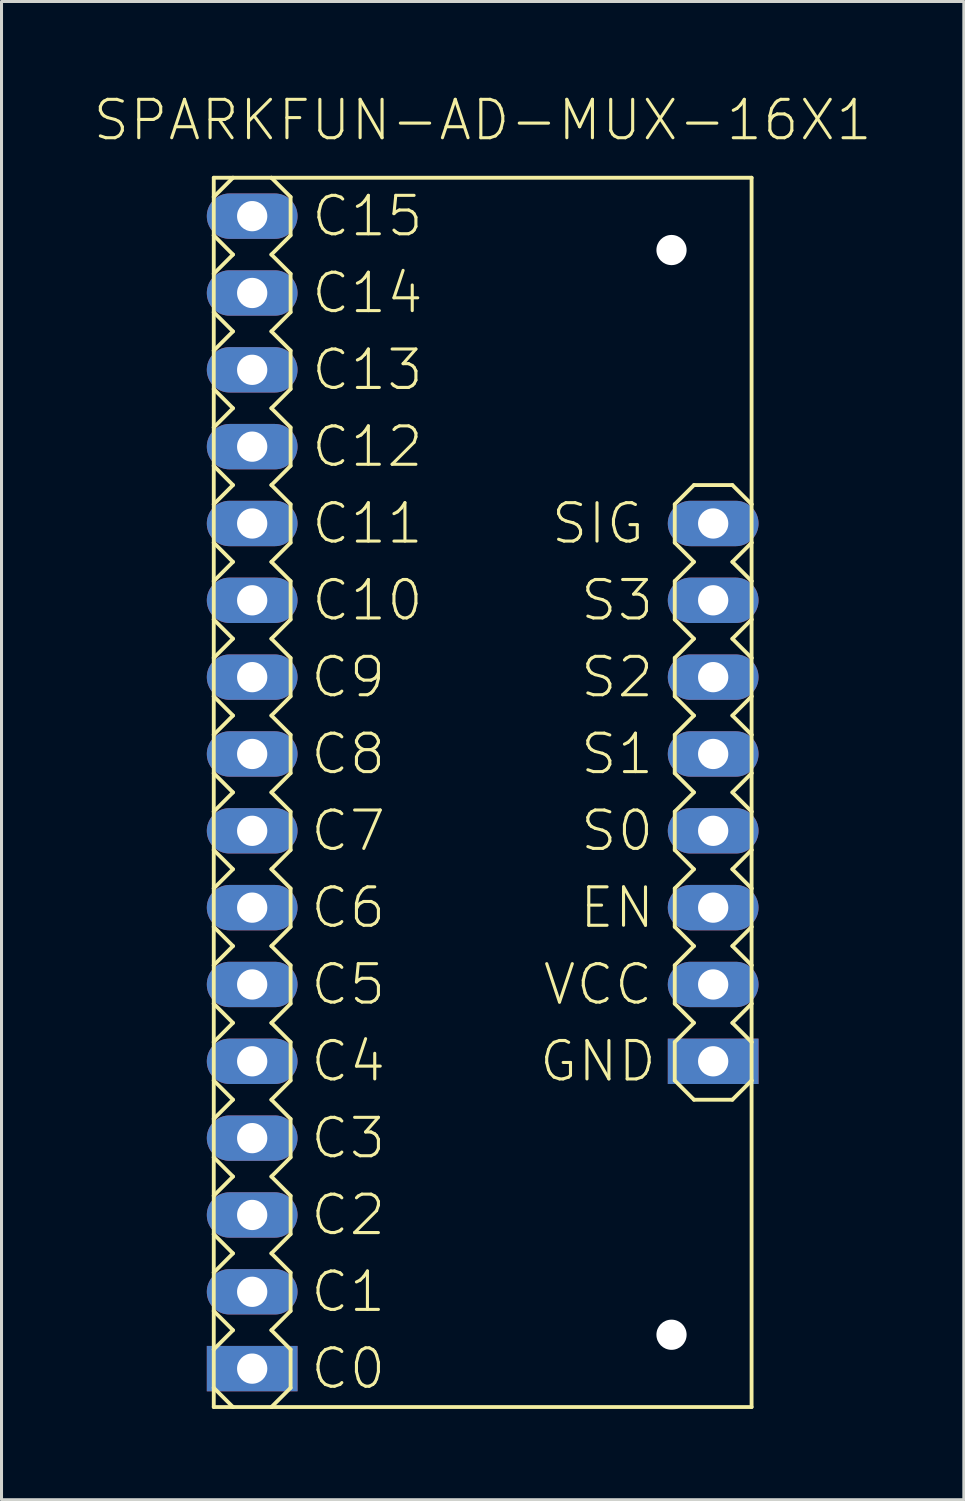
<source format=kicad_pcb>
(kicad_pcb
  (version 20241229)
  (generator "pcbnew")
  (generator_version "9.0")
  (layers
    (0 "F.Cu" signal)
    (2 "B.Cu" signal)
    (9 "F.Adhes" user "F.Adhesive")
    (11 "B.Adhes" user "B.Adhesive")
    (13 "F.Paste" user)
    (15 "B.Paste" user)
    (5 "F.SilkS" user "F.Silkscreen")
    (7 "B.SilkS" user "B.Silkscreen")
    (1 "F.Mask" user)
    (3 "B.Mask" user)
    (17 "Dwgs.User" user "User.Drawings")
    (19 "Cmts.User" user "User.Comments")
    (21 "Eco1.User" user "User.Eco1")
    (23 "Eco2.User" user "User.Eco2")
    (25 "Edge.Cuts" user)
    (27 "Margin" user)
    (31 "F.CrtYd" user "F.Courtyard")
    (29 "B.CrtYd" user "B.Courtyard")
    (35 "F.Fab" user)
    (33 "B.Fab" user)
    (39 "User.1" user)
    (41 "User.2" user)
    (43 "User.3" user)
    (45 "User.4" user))
  (footprint "SPARKFUN-AD-MUX-16X1"
    (layer "F.Cu")
    (at 12.907 23.146)
    (property "Reference" "SPARKFUN-AD-MUX-16X1" (at 0 -22.225 0) (layer "F.SilkS") (effects (font (size 1.27 1.27) (thickness 0.102))))
    (attr exclude_from_pos_files exclude_from_bom)
    (fp_line (start -8.89 -20.32) (end -8.89 -19.685) (stroke (width 0.127) (type solid)) (layer "F.SilkS"))
    (fp_line (start -8.89 -20.32) (end -8.255 -20.32) (stroke (width 0.127) (type solid)) (layer "F.SilkS"))
    (fp_line (start -8.89 -19.685) (end -8.89 -18.415) (stroke (width 0.127) (type solid)) (layer "F.SilkS"))
    (fp_line (start -8.89 -18.415) (end -8.89 -17.145) (stroke (width 0.127) (type solid)) (layer "F.SilkS"))
    (fp_line (start -8.89 -18.415) (end -8.255 -17.78) (stroke (width 0.127) (type solid)) (layer "F.SilkS"))
    (fp_line (start -8.89 -17.145) (end -8.89 -15.875) (stroke (width 0.127) (type solid)) (layer "F.SilkS"))
    (fp_line (start -8.89 -15.875) (end -8.89 -14.605) (stroke (width 0.127) (type solid)) (layer "F.SilkS"))
    (fp_line (start -8.89 -15.875) (end -8.255 -15.24) (stroke (width 0.127) (type solid)) (layer "F.SilkS"))
    (fp_line (start -8.89 -14.605) (end -8.89 -13.335) (stroke (width 0.127) (type solid)) (layer "F.SilkS"))
    (fp_line (start -8.89 -13.335) (end -8.89 -12.065) (stroke (width 0.127) (type solid)) (layer "F.SilkS"))
    (fp_line (start -8.89 -13.335) (end -8.255 -12.7) (stroke (width 0.127) (type solid)) (layer "F.SilkS"))
    (fp_line (start -8.89 -12.065) (end -8.89 -10.795) (stroke (width 0.127) (type solid)) (layer "F.SilkS"))
    (fp_line (start -8.89 -10.795) (end -8.89 -9.525) (stroke (width 0.127) (type solid)) (layer "F.SilkS"))
    (fp_line (start -8.89 -10.795) (end -8.255 -10.16) (stroke (width 0.127) (type solid)) (layer "F.SilkS"))
    (fp_line (start -8.89 -9.525) (end -8.89 -8.255) (stroke (width 0.127) (type solid)) (layer "F.SilkS"))
    (fp_line (start -8.89 -8.255) (end -8.89 -6.985) (stroke (width 0.127) (type solid)) (layer "F.SilkS"))
    (fp_line (start -8.89 -8.255) (end -8.255 -7.62) (stroke (width 0.127) (type solid)) (layer "F.SilkS"))
    (fp_line (start -8.89 -6.985) (end -8.89 -5.715) (stroke (width 0.127) (type solid)) (layer "F.SilkS"))
    (fp_line (start -8.89 -5.715) (end -8.89 -4.445) (stroke (width 0.127) (type solid)) (layer "F.SilkS"))
    (fp_line (start -8.89 -5.715) (end -8.255 -5.08) (stroke (width 0.127) (type solid)) (layer "F.SilkS"))
    (fp_line (start -8.89 -4.445) (end -8.89 -3.175) (stroke (width 0.127) (type solid)) (layer "F.SilkS"))
    (fp_line (start -8.89 -3.175) (end -8.89 -1.905) (stroke (width 0.127) (type solid)) (layer "F.SilkS"))
    (fp_line (start -8.89 -3.175) (end -8.255 -2.54) (stroke (width 0.127) (type solid)) (layer "F.SilkS"))
    (fp_line (start -8.89 -1.905) (end -8.89 -0.635) (stroke (width 0.127) (type solid)) (layer "F.SilkS"))
    (fp_line (start -8.89 -0.635) (end -8.89 0.635) (stroke (width 0.127) (type solid)) (layer "F.SilkS"))
    (fp_line (start -8.89 -0.635) (end -8.255 0) (stroke (width 0.127) (type solid)) (layer "F.SilkS"))
    (fp_line (start -8.89 0.635) (end -8.89 1.905) (stroke (width 0.127) (type solid)) (layer "F.SilkS"))
    (fp_line (start -8.89 1.905) (end -8.89 3.175) (stroke (width 0.127) (type solid)) (layer "F.SilkS"))
    (fp_line (start -8.89 1.905) (end -8.255 2.54) (stroke (width 0.127) (type solid)) (layer "F.SilkS"))
    (fp_line (start -8.89 3.175) (end -8.89 4.445) (stroke (width 0.127) (type solid)) (layer "F.SilkS"))
    (fp_line (start -8.89 4.445) (end -8.89 5.715) (stroke (width 0.127) (type solid)) (layer "F.SilkS"))
    (fp_line (start -8.89 4.445) (end -8.255 5.08) (stroke (width 0.127) (type solid)) (layer "F.SilkS"))
    (fp_line (start -8.89 5.715) (end -8.89 6.985) (stroke (width 0.127) (type solid)) (layer "F.SilkS"))
    (fp_line (start -8.89 6.985) (end -8.89 8.255) (stroke (width 0.127) (type solid)) (layer "F.SilkS"))
    (fp_line (start -8.89 6.985) (end -8.255 7.62) (stroke (width 0.127) (type solid)) (layer "F.SilkS"))
    (fp_line (start -8.89 8.255) (end -8.89 9.525) (stroke (width 0.127) (type solid)) (layer "F.SilkS"))
    (fp_line (start -8.89 9.525) (end -8.89 10.795) (stroke (width 0.127) (type solid)) (layer "F.SilkS"))
    (fp_line (start -8.89 9.525) (end -8.255 10.16) (stroke (width 0.127) (type solid)) (layer "F.SilkS"))
    (fp_line (start -8.89 10.795) (end -8.89 12.065) (stroke (width 0.127) (type solid)) (layer "F.SilkS"))
    (fp_line (start -8.89 12.065) (end -8.89 13.335) (stroke (width 0.127) (type solid)) (layer "F.SilkS"))
    (fp_line (start -8.89 12.065) (end -8.255 12.7) (stroke (width 0.127) (type solid)) (layer "F.SilkS"))
    (fp_line (start -8.89 13.335) (end -8.89 14.605) (stroke (width 0.127) (type solid)) (layer "F.SilkS"))
    (fp_line (start -8.89 14.605) (end -8.89 15.875) (stroke (width 0.127) (type solid)) (layer "F.SilkS"))
    (fp_line (start -8.89 14.605) (end -8.255 15.24) (stroke (width 0.127) (type solid)) (layer "F.SilkS"))
    (fp_line (start -8.89 15.875) (end -8.89 17.145) (stroke (width 0.127) (type solid)) (layer "F.SilkS"))
    (fp_line (start -8.89 17.145) (end -8.89 18.415) (stroke (width 0.127) (type solid)) (layer "F.SilkS"))
    (fp_line (start -8.89 17.145) (end -8.255 17.78) (stroke (width 0.127) (type solid)) (layer "F.SilkS"))
    (fp_line (start -8.89 18.415) (end -8.89 19.685) (stroke (width 0.127) (type solid)) (layer "F.SilkS"))
    (fp_line (start -8.89 19.685) (end -8.89 20.32) (stroke (width 0.127) (type solid)) (layer "F.SilkS"))
    (fp_line (start -8.89 19.685) (end -8.255 20.32) (stroke (width 0.127) (type solid)) (layer "F.SilkS"))
    (fp_line (start -8.89 20.32) (end -8.255 20.32) (stroke (width 0.127) (type solid)) (layer "F.SilkS"))
    (fp_line (start -8.255 -20.32) (end -8.89 -19.685) (stroke (width 0.127) (type solid)) (layer "F.SilkS"))
    (fp_line (start -8.255 -20.32) (end -6.985 -20.32) (stroke (width 0.127) (type solid)) (layer "F.SilkS"))
    (fp_line (start -8.255 -17.78) (end -8.89 -17.145) (stroke (width 0.127) (type solid)) (layer "F.SilkS"))
    (fp_line (start -8.255 -15.24) (end -8.89 -14.605) (stroke (width 0.127) (type solid)) (layer "F.SilkS"))
    (fp_line (start -8.255 -12.7) (end -8.89 -12.065) (stroke (width 0.127) (type solid)) (layer "F.SilkS"))
    (fp_line (start -8.255 -10.16) (end -8.89 -9.525) (stroke (width 0.127) (type solid)) (layer "F.SilkS"))
    (fp_line (start -8.255 -7.62) (end -8.89 -6.985) (stroke (width 0.127) (type solid)) (layer "F.SilkS"))
    (fp_line (start -8.255 -5.08) (end -8.89 -4.445) (stroke (width 0.127) (type solid)) (layer "F.SilkS"))
    (fp_line (start -8.255 -2.54) (end -8.89 -1.905) (stroke (width 0.127) (type solid)) (layer "F.SilkS"))
    (fp_line (start -8.255 0) (end -8.89 0.635) (stroke (width 0.127) (type solid)) (layer "F.SilkS"))
    (fp_line (start -8.255 2.54) (end -8.89 3.175) (stroke (width 0.127) (type solid)) (layer "F.SilkS"))
    (fp_line (start -8.255 5.08) (end -8.89 5.715) (stroke (width 0.127) (type solid)) (layer "F.SilkS"))
    (fp_line (start -8.255 7.62) (end -8.89 8.255) (stroke (width 0.127) (type solid)) (layer "F.SilkS"))
    (fp_line (start -8.255 10.16) (end -8.89 10.795) (stroke (width 0.127) (type solid)) (layer "F.SilkS"))
    (fp_line (start -8.255 12.7) (end -8.89 13.335) (stroke (width 0.127) (type solid)) (layer "F.SilkS"))
    (fp_line (start -8.255 15.24) (end -8.89 15.875) (stroke (width 0.127) (type solid)) (layer "F.SilkS"))
    (fp_line (start -8.255 17.78) (end -8.89 18.415) (stroke (width 0.127) (type solid)) (layer "F.SilkS"))
    (fp_line (start -8.255 20.32) (end -6.985 20.32) (stroke (width 0.127) (type solid)) (layer "F.SilkS"))
    (fp_line (start -6.985 -20.32) (end -6.35 -19.685) (stroke (width 0.127) (type solid)) (layer "F.SilkS"))
    (fp_line (start -6.985 -20.32) (end 8.89 -20.32) (stroke (width 0.127) (type solid)) (layer "F.SilkS"))
    (fp_line (start -6.985 -17.78) (end -6.35 -17.145) (stroke (width 0.127) (type solid)) (layer "F.SilkS"))
    (fp_line (start -6.985 -15.24) (end -6.35 -14.605) (stroke (width 0.127) (type solid)) (layer "F.SilkS"))
    (fp_line (start -6.985 -12.7) (end -6.35 -12.065) (stroke (width 0.127) (type solid)) (layer "F.SilkS"))
    (fp_line (start -6.985 -10.16) (end -6.35 -9.525) (stroke (width 0.127) (type solid)) (layer "F.SilkS"))
    (fp_line (start -6.985 -7.62) (end -6.35 -6.985) (stroke (width 0.127) (type solid)) (layer "F.SilkS"))
    (fp_line (start -6.985 -5.08) (end -6.35 -4.445) (stroke (width 0.127) (type solid)) (layer "F.SilkS"))
    (fp_line (start -6.985 -2.54) (end -6.35 -1.905) (stroke (width 0.127) (type solid)) (layer "F.SilkS"))
    (fp_line (start -6.985 0) (end -6.35 0.635) (stroke (width 0.127) (type solid)) (layer "F.SilkS"))
    (fp_line (start -6.985 2.54) (end -6.35 3.175) (stroke (width 0.127) (type solid)) (layer "F.SilkS"))
    (fp_line (start -6.985 5.08) (end -6.35 5.715) (stroke (width 0.127) (type solid)) (layer "F.SilkS"))
    (fp_line (start -6.985 7.62) (end -6.35 8.255) (stroke (width 0.127) (type solid)) (layer "F.SilkS"))
    (fp_line (start -6.985 10.16) (end -6.35 10.795) (stroke (width 0.127) (type solid)) (layer "F.SilkS"))
    (fp_line (start -6.985 12.7) (end -6.35 13.335) (stroke (width 0.127) (type solid)) (layer "F.SilkS"))
    (fp_line (start -6.985 15.24) (end -6.35 15.875) (stroke (width 0.127) (type solid)) (layer "F.SilkS"))
    (fp_line (start -6.985 17.78) (end -6.35 18.415) (stroke (width 0.127) (type solid)) (layer "F.SilkS"))
    (fp_line (start -6.985 20.32) (end 8.89 20.32) (stroke (width 0.127) (type solid)) (layer "F.SilkS"))
    (fp_line (start -6.35 -19.685) (end -6.35 -18.415) (stroke (width 0.127) (type solid)) (layer "F.SilkS"))
    (fp_line (start -6.35 -18.415) (end -6.985 -17.78) (stroke (width 0.127) (type solid)) (layer "F.SilkS"))
    (fp_line (start -6.35 -17.145) (end -6.35 -15.875) (stroke (width 0.127) (type solid)) (layer "F.SilkS"))
    (fp_line (start -6.35 -15.875) (end -6.985 -15.24) (stroke (width 0.127) (type solid)) (layer "F.SilkS"))
    (fp_line (start -6.35 -14.605) (end -6.35 -13.335) (stroke (width 0.127) (type solid)) (layer "F.SilkS"))
    (fp_line (start -6.35 -13.335) (end -6.985 -12.7) (stroke (width 0.127) (type solid)) (layer "F.SilkS"))
    (fp_line (start -6.35 -12.065) (end -6.35 -10.795) (stroke (width 0.127) (type solid)) (layer "F.SilkS"))
    (fp_line (start -6.35 -10.795) (end -6.985 -10.16) (stroke (width 0.127) (type solid)) (layer "F.SilkS"))
    (fp_line (start -6.35 -9.525) (end -6.35 -8.255) (stroke (width 0.127) (type solid)) (layer "F.SilkS"))
    (fp_line (start -6.35 -8.255) (end -6.985 -7.62) (stroke (width 0.127) (type solid)) (layer "F.SilkS"))
    (fp_line (start -6.35 -6.985) (end -6.35 -5.715) (stroke (width 0.127) (type solid)) (layer "F.SilkS"))
    (fp_line (start -6.35 -5.715) (end -6.985 -5.08) (stroke (width 0.127) (type solid)) (layer "F.SilkS"))
    (fp_line (start -6.35 -4.445) (end -6.35 -3.175) (stroke (width 0.127) (type solid)) (layer "F.SilkS"))
    (fp_line (start -6.35 -3.175) (end -6.985 -2.54) (stroke (width 0.127) (type solid)) (layer "F.SilkS"))
    (fp_line (start -6.35 -1.905) (end -6.35 -0.635) (stroke (width 0.127) (type solid)) (layer "F.SilkS"))
    (fp_line (start -6.35 -0.635) (end -6.985 0) (stroke (width 0.127) (type solid)) (layer "F.SilkS"))
    (fp_line (start -6.35 0.635) (end -6.35 1.905) (stroke (width 0.127) (type solid)) (layer "F.SilkS"))
    (fp_line (start -6.35 1.905) (end -6.985 2.54) (stroke (width 0.127) (type solid)) (layer "F.SilkS"))
    (fp_line (start -6.35 3.175) (end -6.35 4.445) (stroke (width 0.127) (type solid)) (layer "F.SilkS"))
    (fp_line (start -6.35 4.445) (end -6.985 5.08) (stroke (width 0.127) (type solid)) (layer "F.SilkS"))
    (fp_line (start -6.35 5.715) (end -6.35 6.985) (stroke (width 0.127) (type solid)) (layer "F.SilkS"))
    (fp_line (start -6.35 6.985) (end -6.985 7.62) (stroke (width 0.127) (type solid)) (layer "F.SilkS"))
    (fp_line (start -6.35 8.255) (end -6.35 9.525) (stroke (width 0.127) (type solid)) (layer "F.SilkS"))
    (fp_line (start -6.35 9.525) (end -6.985 10.16) (stroke (width 0.127) (type solid)) (layer "F.SilkS"))
    (fp_line (start -6.35 10.795) (end -6.35 12.065) (stroke (width 0.127) (type solid)) (layer "F.SilkS"))
    (fp_line (start -6.35 12.065) (end -6.985 12.7) (stroke (width 0.127) (type solid)) (layer "F.SilkS"))
    (fp_line (start -6.35 13.335) (end -6.35 14.605) (stroke (width 0.127) (type solid)) (layer "F.SilkS"))
    (fp_line (start -6.35 14.605) (end -6.985 15.24) (stroke (width 0.127) (type solid)) (layer "F.SilkS"))
    (fp_line (start -6.35 15.875) (end -6.35 17.145) (stroke (width 0.127) (type solid)) (layer "F.SilkS"))
    (fp_line (start -6.35 17.145) (end -6.985 17.78) (stroke (width 0.127) (type solid)) (layer "F.SilkS"))
    (fp_line (start -6.35 18.415) (end -6.35 19.685) (stroke (width 0.127) (type solid)) (layer "F.SilkS"))
    (fp_line (start -6.35 19.685) (end -6.985 20.32) (stroke (width 0.127) (type solid)) (layer "F.SilkS"))
    (fp_line (start 6.35 -9.525) (end 6.985 -10.16) (stroke (width 0.127) (type solid)) (layer "F.SilkS"))
    (fp_line (start 6.35 -8.255) (end 6.35 -9.525) (stroke (width 0.127) (type solid)) (layer "F.SilkS"))
    (fp_line (start 6.35 -6.985) (end 6.985 -7.62) (stroke (width 0.127) (type solid)) (layer "F.SilkS"))
    (fp_line (start 6.35 -5.715) (end 6.35 -6.985) (stroke (width 0.127) (type solid)) (layer "F.SilkS"))
    (fp_line (start 6.35 -4.445) (end 6.985 -5.08) (stroke (width 0.127) (type solid)) (layer "F.SilkS"))
    (fp_line (start 6.35 -3.175) (end 6.35 -4.445) (stroke (width 0.127) (type solid)) (layer "F.SilkS"))
    (fp_line (start 6.35 -1.905) (end 6.985 -2.54) (stroke (width 0.127) (type solid)) (layer "F.SilkS"))
    (fp_line (start 6.35 -0.635) (end 6.35 -1.905) (stroke (width 0.127) (type solid)) (layer "F.SilkS"))
    (fp_line (start 6.35 0.635) (end 6.985 0) (stroke (width 0.127) (type solid)) (layer "F.SilkS"))
    (fp_line (start 6.35 1.905) (end 6.35 0.635) (stroke (width 0.127) (type solid)) (layer "F.SilkS"))
    (fp_line (start 6.35 3.175) (end 6.985 2.54) (stroke (width 0.127) (type solid)) (layer "F.SilkS"))
    (fp_line (start 6.35 4.445) (end 6.35 3.175) (stroke (width 0.127) (type solid)) (layer "F.SilkS"))
    (fp_line (start 6.35 5.715) (end 6.985 5.08) (stroke (width 0.127) (type solid)) (layer "F.SilkS"))
    (fp_line (start 6.35 6.985) (end 6.35 5.715) (stroke (width 0.127) (type solid)) (layer "F.SilkS"))
    (fp_line (start 6.35 8.255) (end 6.985 7.62) (stroke (width 0.127) (type solid)) (layer "F.SilkS"))
    (fp_line (start 6.35 9.525) (end 6.35 8.255) (stroke (width 0.127) (type solid)) (layer "F.SilkS"))
    (fp_line (start 6.985 -10.16) (end 8.255 -10.16) (stroke (width 0.127) (type solid)) (layer "F.SilkS"))
    (fp_line (start 6.985 -7.62) (end 6.35 -8.255) (stroke (width 0.127) (type solid)) (layer "F.SilkS"))
    (fp_line (start 6.985 -5.08) (end 6.35 -5.715) (stroke (width 0.127) (type solid)) (layer "F.SilkS"))
    (fp_line (start 6.985 -2.54) (end 6.35 -3.175) (stroke (width 0.127) (type solid)) (layer "F.SilkS"))
    (fp_line (start 6.985 0) (end 6.35 -0.635) (stroke (width 0.127) (type solid)) (layer "F.SilkS"))
    (fp_line (start 6.985 2.54) (end 6.35 1.905) (stroke (width 0.127) (type solid)) (layer "F.SilkS"))
    (fp_line (start 6.985 5.08) (end 6.35 4.445) (stroke (width 0.127) (type solid)) (layer "F.SilkS"))
    (fp_line (start 6.985 7.62) (end 6.35 6.985) (stroke (width 0.127) (type solid)) (layer "F.SilkS"))
    (fp_line (start 6.985 10.16) (end 6.35 9.525) (stroke (width 0.127) (type solid)) (layer "F.SilkS"))
    (fp_line (start 8.255 -10.16) (end 8.89 -9.525) (stroke (width 0.127) (type solid)) (layer "F.SilkS"))
    (fp_line (start 8.255 -7.62) (end 8.89 -6.985) (stroke (width 0.127) (type solid)) (layer "F.SilkS"))
    (fp_line (start 8.255 -5.08) (end 8.89 -4.445) (stroke (width 0.127) (type solid)) (layer "F.SilkS"))
    (fp_line (start 8.255 -2.54) (end 8.89 -1.905) (stroke (width 0.127) (type solid)) (layer "F.SilkS"))
    (fp_line (start 8.255 0) (end 8.89 0.635) (stroke (width 0.127) (type solid)) (layer "F.SilkS"))
    (fp_line (start 8.255 2.54) (end 8.89 3.175) (stroke (width 0.127) (type solid)) (layer "F.SilkS"))
    (fp_line (start 8.255 5.08) (end 8.89 5.715) (stroke (width 0.127) (type solid)) (layer "F.SilkS"))
    (fp_line (start 8.255 7.62) (end 8.89 8.255) (stroke (width 0.127) (type solid)) (layer "F.SilkS"))
    (fp_line (start 8.255 10.16) (end 6.985 10.16) (stroke (width 0.127) (type solid)) (layer "F.SilkS"))
    (fp_line (start 8.89 -20.32) (end 8.89 -9.525) (stroke (width 0.127) (type solid)) (layer "F.SilkS"))
    (fp_line (start 8.89 -9.525) (end 8.89 -8.255) (stroke (width 0.127) (type solid)) (layer "F.SilkS"))
    (fp_line (start 8.89 -8.255) (end 8.255 -7.62) (stroke (width 0.127) (type solid)) (layer "F.SilkS"))
    (fp_line (start 8.89 -8.255) (end 8.89 -6.985) (stroke (width 0.127) (type solid)) (layer "F.SilkS"))
    (fp_line (start 8.89 -6.985) (end 8.89 -5.715) (stroke (width 0.127) (type solid)) (layer "F.SilkS"))
    (fp_line (start 8.89 -5.715) (end 8.255 -5.08) (stroke (width 0.127) (type solid)) (layer "F.SilkS"))
    (fp_line (start 8.89 -5.715) (end 8.89 -4.445) (stroke (width 0.127) (type solid)) (layer "F.SilkS"))
    (fp_line (start 8.89 -4.445) (end 8.89 -3.175) (stroke (width 0.127) (type solid)) (layer "F.SilkS"))
    (fp_line (start 8.89 -3.175) (end 8.255 -2.54) (stroke (width 0.127) (type solid)) (layer "F.SilkS"))
    (fp_line (start 8.89 -3.175) (end 8.89 -1.905) (stroke (width 0.127) (type solid)) (layer "F.SilkS"))
    (fp_line (start 8.89 -1.905) (end 8.89 -0.635) (stroke (width 0.127) (type solid)) (layer "F.SilkS"))
    (fp_line (start 8.89 -0.635) (end 8.255 0) (stroke (width 0.127) (type solid)) (layer "F.SilkS"))
    (fp_line (start 8.89 -0.635) (end 8.89 0.635) (stroke (width 0.127) (type solid)) (layer "F.SilkS"))
    (fp_line (start 8.89 0.635) (end 8.89 1.905) (stroke (width 0.127) (type solid)) (layer "F.SilkS"))
    (fp_line (start 8.89 1.905) (end 8.255 2.54) (stroke (width 0.127) (type solid)) (layer "F.SilkS"))
    (fp_line (start 8.89 1.905) (end 8.89 3.175) (stroke (width 0.127) (type solid)) (layer "F.SilkS"))
    (fp_line (start 8.89 3.175) (end 8.89 4.445) (stroke (width 0.127) (type solid)) (layer "F.SilkS"))
    (fp_line (start 8.89 4.445) (end 8.255 5.08) (stroke (width 0.127) (type solid)) (layer "F.SilkS"))
    (fp_line (start 8.89 4.445) (end 8.89 5.715) (stroke (width 0.127) (type solid)) (layer "F.SilkS"))
    (fp_line (start 8.89 5.715) (end 8.89 6.985) (stroke (width 0.127) (type solid)) (layer "F.SilkS"))
    (fp_line (start 8.89 6.985) (end 8.255 7.62) (stroke (width 0.127) (type solid)) (layer "F.SilkS"))
    (fp_line (start 8.89 6.985) (end 8.89 8.255) (stroke (width 0.127) (type solid)) (layer "F.SilkS"))
    (fp_line (start 8.89 8.255) (end 8.89 9.525) (stroke (width 0.127) (type solid)) (layer "F.SilkS"))
    (fp_line (start 8.89 9.525) (end 8.255 10.16) (stroke (width 0.127) (type solid)) (layer "F.SilkS"))
    (fp_line (start 8.89 9.525) (end 8.89 20.32) (stroke (width 0.127) (type solid)) (layer "F.SilkS"))
    (fp_text user "C3" (at -4.445 11.43 0) (layer "F.SilkS") (effects (font (size 1.27 1.27) (thickness 0.102))))
    (fp_text user "S0" (at 4.445 1.27 0) (layer "F.SilkS") (effects (font (size 1.27 1.27) (thickness 0.102))))
    (fp_text user "C1" (at -4.445 16.51 0) (layer "F.SilkS") (effects (font (size 1.27 1.27) (thickness 0.102))))
    (fp_text user "C7" (at -4.445 1.27 0) (layer "F.SilkS") (effects (font (size 1.27 1.27) (thickness 0.102))))
    (fp_text user "C10" (at -3.81 -6.35 0) (layer "F.SilkS") (effects (font (size 1.27 1.27) (thickness 0.102))))
    (fp_text user "C0" (at -4.445 19.05 0) (layer "F.SilkS") (effects (font (size 1.27 1.27) (thickness 0.102))))
    (fp_text user "C4" (at -4.445 8.89 0) (layer "F.SilkS") (effects (font (size 1.27 1.27) (thickness 0.102))))
    (fp_text user "S2" (at 4.445 -3.81 0) (layer "F.SilkS") (effects (font (size 1.27 1.27) (thickness 0.102))))
    (fp_text user "C5" (at -4.445 6.35 0) (layer "F.SilkS") (effects (font (size 1.27 1.27) (thickness 0.102))))
    (fp_text user "C14" (at -3.81 -16.51 0) (layer "F.SilkS") (effects (font (size 1.27 1.27) (thickness 0.102))))
    (fp_text user "C2" (at -4.445 13.97 0) (layer "F.SilkS") (effects (font (size 1.27 1.27) (thickness 0.102))))
    (fp_text user "EN" (at 4.445 3.81 0) (layer "F.SilkS") (effects (font (size 1.27 1.27) (thickness 0.102))))
    (fp_text user "GND" (at 3.81 8.89 0) (layer "F.SilkS") (effects (font (size 1.27 1.27) (thickness 0.102))))
    (fp_text user "C9" (at -4.445 -3.81 0) (layer "F.SilkS") (effects (font (size 1.27 1.27) (thickness 0.102))))
    (fp_text user "C13" (at -3.81 -13.97 0) (layer "F.SilkS") (effects (font (size 1.27 1.27) (thickness 0.102))))
    (fp_text user "C15" (at -3.81 -19.05 0) (layer "F.SilkS") (effects (font (size 1.27 1.27) (thickness 0.102))))
    (fp_text user "S1" (at 4.445 -1.27 0) (layer "F.SilkS") (effects (font (size 1.27 1.27) (thickness 0.102))))
    (fp_text user "S3" (at 4.445 -6.35 0) (layer "F.SilkS") (effects (font (size 1.27 1.27) (thickness 0.102))))
    (fp_text user "C8" (at -4.445 -1.27 0) (layer "F.SilkS") (effects (font (size 1.27 1.27) (thickness 0.102))))
    (fp_text user "SIG" (at 3.81 -8.89 0) (layer "F.SilkS") (effects (font (size 1.27 1.27) (thickness 0.102))))
    (fp_text user "C12" (at -3.81 -11.43 0) (layer "F.SilkS") (effects (font (size 1.27 1.27) (thickness 0.102))))
    (fp_text user "C6" (at -4.445 3.81 0) (layer "F.SilkS") (effects (font (size 1.27 1.27) (thickness 0.102))))
    (fp_text user "C11" (at -3.81 -8.89 0) (layer "F.SilkS") (effects (font (size 1.27 1.27) (thickness 0.102))))
    (fp_text user "VCC" (at 3.81 6.35 0) (layer "F.SilkS") (effects (font (size 1.27 1.27) (thickness 0.102))))
    (pad "" np_thru_hole circle (at 6.243 -17.93) (size 0.998 0.998) (drill 0.998) (layers "*.Cu" "*.Mask"))
    (pad "" np_thru_hole circle (at 6.243 17.93) (size 0.998 0.998) (drill 0.998) (layers "*.Cu" "*.Mask"))
    (pad "J1.1" thru_hole rect (at -7.62 19.05) (size 3 1.5) (drill 1) (layers "*.Cu" "*.Mask"))
    (pad "J1.2" thru_hole oval (at -7.62 16.51) (size 3 1.5) (drill 1) (layers "*.Cu" "*.Mask"))
    (pad "J1.3" thru_hole oval (at -7.62 13.97) (size 3 1.5) (drill 1) (layers "*.Cu" "*.Mask"))
    (pad "J1.4" thru_hole oval (at -7.62 11.43) (size 3 1.5) (drill 1) (layers "*.Cu" "*.Mask"))
    (pad "J1.5" thru_hole oval (at -7.62 8.89) (size 3 1.5) (drill 1) (layers "*.Cu" "*.Mask"))
    (pad "J1.6" thru_hole oval (at -7.62 6.35) (size 3 1.5) (drill 1) (layers "*.Cu" "*.Mask"))
    (pad "J1.7" thru_hole oval (at -7.62 3.81) (size 3 1.5) (drill 1) (layers "*.Cu" "*.Mask"))
    (pad "J1.8" thru_hole oval (at -7.62 1.27) (size 3 1.5) (drill 1) (layers "*.Cu" "*.Mask"))
    (pad "J1.9" thru_hole oval (at -7.62 -1.27) (size 3 1.5) (drill 1) (layers "*.Cu" "*.Mask"))
    (pad "J1.10" thru_hole oval (at -7.62 -3.81) (size 3 1.5) (drill 1) (layers "*.Cu" "*.Mask"))
    (pad "J1.11" thru_hole oval (at -7.62 -6.35) (size 3 1.5) (drill 1) (layers "*.Cu" "*.Mask"))
    (pad "J1.12" thru_hole oval (at -7.62 -8.89) (size 3 1.5) (drill 1) (layers "*.Cu" "*.Mask"))
    (pad "J1.13" thru_hole oval (at -7.62 -11.43) (size 3 1.5) (drill 1) (layers "*.Cu" "*.Mask"))
    (pad "J1.14" thru_hole oval (at -7.62 -13.97) (size 3 1.5) (drill 1) (layers "*.Cu" "*.Mask"))
    (pad "J1.15" thru_hole oval (at -7.62 -16.51) (size 3 1.5) (drill 1) (layers "*.Cu" "*.Mask"))
    (pad "J1.16" thru_hole oval (at -7.62 -19.05) (size 3 1.5) (drill 1) (layers "*.Cu" "*.Mask"))
    (pad "J2.1" thru_hole rect (at 7.62 8.89) (size 3 1.5) (drill 1) (layers "*.Cu" "*.Mask"))
    (pad "J2.2" thru_hole oval (at 7.62 6.35) (size 3 1.5) (drill 1) (layers "*.Cu" "*.Mask"))
    (pad "J2.3" thru_hole oval (at 7.62 3.81) (size 3 1.5) (drill 1) (layers "*.Cu" "*.Mask"))
    (pad "J2.4" thru_hole oval (at 7.62 1.27) (size 3 1.5) (drill 1) (layers "*.Cu" "*.Mask"))
    (pad "J2.5" thru_hole oval (at 7.62 -1.27) (size 3 1.5) (drill 1) (layers "*.Cu" "*.Mask"))
    (pad "J2.6" thru_hole oval (at 7.62 -3.81) (size 3 1.5) (drill 1) (layers "*.Cu" "*.Mask"))
    (pad "J2.7" thru_hole oval (at 7.62 -6.35) (size 3 1.5) (drill 1) (layers "*.Cu" "*.Mask"))
    (pad "J2.8" thru_hole oval (at 7.62 -8.89) (size 3 1.5) (drill 1) (layers "*.Cu" "*.Mask")))
  (gr_rect
    (start -3 -3)
    (end 28.814 46.53)
    (stroke (width 0.1) (type default))
    (fill no)
    (layer "Edge.Cuts")))
</source>
